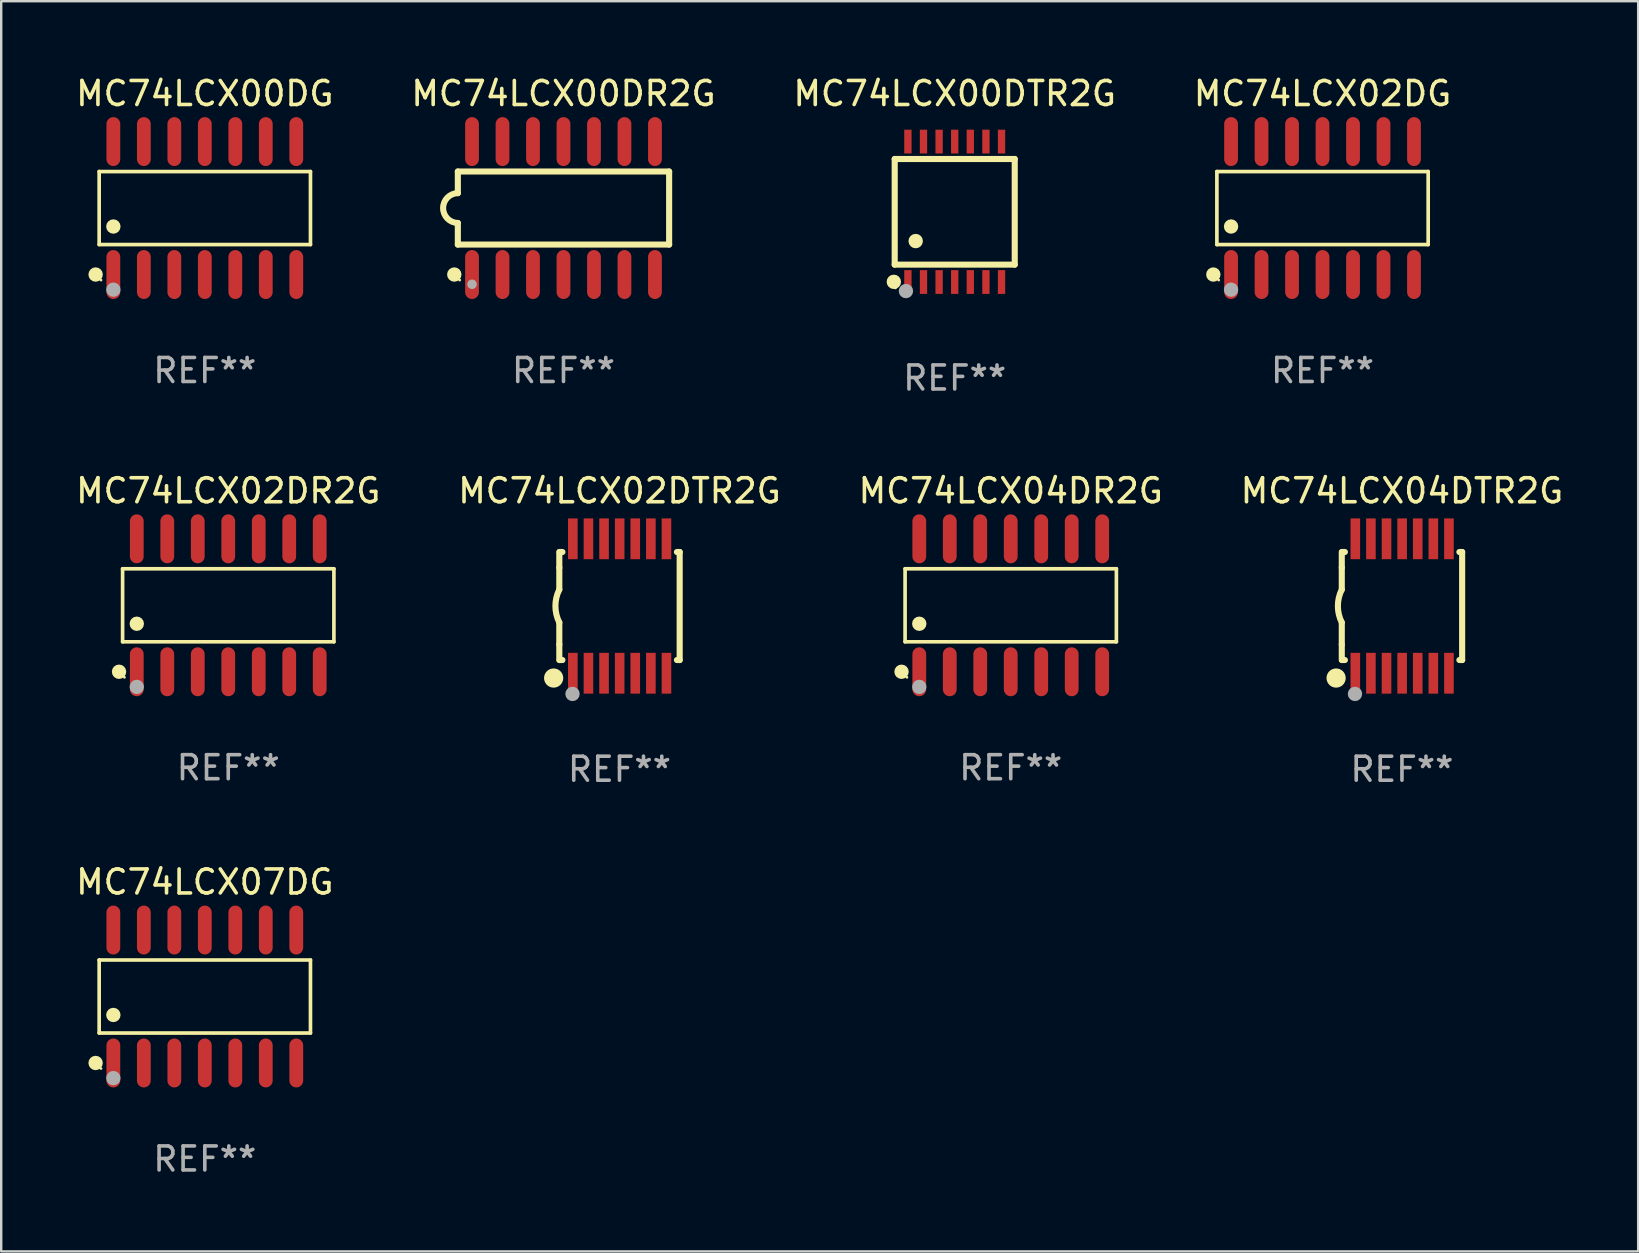
<source format=kicad_pcb>
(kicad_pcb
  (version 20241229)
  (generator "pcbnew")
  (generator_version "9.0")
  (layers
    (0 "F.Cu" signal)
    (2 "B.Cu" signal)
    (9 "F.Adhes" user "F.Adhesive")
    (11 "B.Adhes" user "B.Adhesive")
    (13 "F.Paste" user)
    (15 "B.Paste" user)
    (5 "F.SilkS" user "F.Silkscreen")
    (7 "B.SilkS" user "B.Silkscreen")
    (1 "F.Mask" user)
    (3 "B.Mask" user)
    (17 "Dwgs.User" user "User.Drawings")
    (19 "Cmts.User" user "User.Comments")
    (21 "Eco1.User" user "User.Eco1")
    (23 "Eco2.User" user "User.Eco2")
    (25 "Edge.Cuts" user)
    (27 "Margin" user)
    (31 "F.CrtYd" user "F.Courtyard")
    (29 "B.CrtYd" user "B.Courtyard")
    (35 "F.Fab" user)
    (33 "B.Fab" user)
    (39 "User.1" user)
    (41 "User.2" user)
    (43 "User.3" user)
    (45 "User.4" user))
  (footprint "MC74LCX00DG"
    (layer "F.Cu")
    (at 5.482 5.617)
    (property "Reference" "MC74LCX00DG" (at 0 -4.769 0) (layer "F.SilkS") (effects (font (size 1 1) (thickness 0.15))))
    (attr through_hole)
    (fp_line (start -4.401 -1.521) (end 4.401 -1.521) (stroke (width 0.152) (type solid)) (layer "F.SilkS"))
    (fp_line (start -4.401 1.521) (end -4.401 -1.521) (stroke (width 0.152) (type solid)) (layer "F.SilkS"))
    (fp_line (start 4.401 -1.521) (end 4.401 1.521) (stroke (width 0.152) (type solid)) (layer "F.SilkS"))
    (fp_line (start 4.401 1.521) (end -4.401 1.521) (stroke (width 0.152) (type solid)) (layer "F.SilkS"))
    (fp_circle (center -4.549 2.769) (end -4.399 2.769) (stroke (width 0.3) (type solid)) (fill no) (layer "F.SilkS"))
    (fp_circle (center -4.325 3) (end -4.295 3) (stroke (width 0.06) (type solid)) (fill no) (layer "F.SilkS"))
    (fp_circle (center -3.81 0.769) (end -3.66 0.769) (stroke (width 0.3) (type solid)) (fill no) (layer "F.SilkS"))
    (fp_circle (center -3.81 3.4) (end -3.66 3.4) (stroke (width 0.3) (type solid)) (fill no) (layer "F.Fab"))
    (fp_text user "REF**" (at 0 6.769 0) (layer "F.Fab") (effects (font (size 1 1) (thickness 0.15))))
    (pad "1" smd oval (at -3.81 2.769) (size 0.574 2.038) (layers "F.Cu" "F.Mask" "F.Paste"))
    (pad "2" smd oval (at -2.54 2.769) (size 0.574 2.038) (layers "F.Cu" "F.Mask" "F.Paste"))
    (pad "3" smd oval (at -1.27 2.769) (size 0.574 2.038) (layers "F.Cu" "F.Mask" "F.Paste"))
    (pad "4" smd oval (at 0 2.769) (size 0.574 2.038) (layers "F.Cu" "F.Mask" "F.Paste"))
    (pad "5" smd oval (at 1.27 2.769) (size 0.574 2.038) (layers "F.Cu" "F.Mask" "F.Paste"))
    (pad "6" smd oval (at 2.54 2.769) (size 0.574 2.038) (layers "F.Cu" "F.Mask" "F.Paste"))
    (pad "7" smd oval (at 3.81 2.769) (size 0.574 2.038) (layers "F.Cu" "F.Mask" "F.Paste"))
    (pad "8" smd oval (at 3.81 -2.769) (size 0.574 2.038) (layers "F.Cu" "F.Mask" "F.Paste"))
    (pad "9" smd oval (at 2.54 -2.769) (size 0.574 2.038) (layers "F.Cu" "F.Mask" "F.Paste"))
    (pad "10" smd oval (at 1.27 -2.769) (size 0.574 2.038) (layers "F.Cu" "F.Mask" "F.Paste"))
    (pad "11" smd oval (at 0 -2.769) (size 0.574 2.038) (layers "F.Cu" "F.Mask" "F.Paste"))
    (pad "12" smd oval (at -1.27 -2.769) (size 0.574 2.038) (layers "F.Cu" "F.Mask" "F.Paste"))
    (pad "13" smd oval (at -2.54 -2.769) (size 0.574 2.038) (layers "F.Cu" "F.Mask" "F.Paste"))
    (pad "14" smd oval (at -3.81 -2.769) (size 0.574 2.038) (layers "F.Cu" "F.Mask" "F.Paste")))
  (footprint "MC74LCX07DG"
    (layer "F.Cu")
    (at 5.482 38.461)
    (property "Reference" "MC74LCX07DG" (at 0 -4.769 0) (layer "F.SilkS") (effects (font (size 1 1) (thickness 0.15))))
    (attr through_hole)
    (fp_line (start -4.401 -1.521) (end 4.401 -1.521) (stroke (width 0.152) (type solid)) (layer "F.SilkS"))
    (fp_line (start -4.401 1.521) (end -4.401 -1.521) (stroke (width 0.152) (type solid)) (layer "F.SilkS"))
    (fp_line (start 4.401 -1.521) (end 4.401 1.521) (stroke (width 0.152) (type solid)) (layer "F.SilkS"))
    (fp_line (start 4.401 1.521) (end -4.401 1.521) (stroke (width 0.152) (type solid)) (layer "F.SilkS"))
    (fp_circle (center -4.549 2.769) (end -4.399 2.769) (stroke (width 0.3) (type solid)) (fill no) (layer "F.SilkS"))
    (fp_circle (center -4.325 3) (end -4.295 3) (stroke (width 0.06) (type solid)) (fill no) (layer "F.SilkS"))
    (fp_circle (center -3.81 0.769) (end -3.66 0.769) (stroke (width 0.3) (type solid)) (fill no) (layer "F.SilkS"))
    (fp_circle (center -3.81 3.4) (end -3.66 3.4) (stroke (width 0.3) (type solid)) (fill no) (layer "F.Fab"))
    (fp_text user "REF**" (at 0 6.769 0) (layer "F.Fab") (effects (font (size 1 1) (thickness 0.15))))
    (pad "1" smd oval (at -3.81 2.769) (size 0.574 2.038) (layers "F.Cu" "F.Mask" "F.Paste"))
    (pad "2" smd oval (at -2.54 2.769) (size 0.574 2.038) (layers "F.Cu" "F.Mask" "F.Paste"))
    (pad "3" smd oval (at -1.27 2.769) (size 0.574 2.038) (layers "F.Cu" "F.Mask" "F.Paste"))
    (pad "4" smd oval (at 0 2.769) (size 0.574 2.038) (layers "F.Cu" "F.Mask" "F.Paste"))
    (pad "5" smd oval (at 1.27 2.769) (size 0.574 2.038) (layers "F.Cu" "F.Mask" "F.Paste"))
    (pad "6" smd oval (at 2.54 2.769) (size 0.574 2.038) (layers "F.Cu" "F.Mask" "F.Paste"))
    (pad "7" smd oval (at 3.81 2.769) (size 0.574 2.038) (layers "F.Cu" "F.Mask" "F.Paste"))
    (pad "8" smd oval (at 3.81 -2.769) (size 0.574 2.038) (layers "F.Cu" "F.Mask" "F.Paste"))
    (pad "9" smd oval (at 2.54 -2.769) (size 0.574 2.038) (layers "F.Cu" "F.Mask" "F.Paste"))
    (pad "10" smd oval (at 1.27 -2.769) (size 0.574 2.038) (layers "F.Cu" "F.Mask" "F.Paste"))
    (pad "11" smd oval (at 0 -2.769) (size 0.574 2.038) (layers "F.Cu" "F.Mask" "F.Paste"))
    (pad "12" smd oval (at -1.27 -2.769) (size 0.574 2.038) (layers "F.Cu" "F.Mask" "F.Paste"))
    (pad "13" smd oval (at -2.54 -2.769) (size 0.574 2.038) (layers "F.Cu" "F.Mask" "F.Paste"))
    (pad "14" smd oval (at -3.81 -2.769) (size 0.574 2.038) (layers "F.Cu" "F.Mask" "F.Paste")))
  (footprint "MC74LCX04DR2G"
    (layer "F.Cu")
    (at 39.054 22.164)
    (property "Reference" "MC74LCX04DR2G" (at 0 -4.769 0) (layer "F.SilkS") (effects (font (size 1 1) (thickness 0.15))))
    (attr through_hole)
    (fp_line (start -4.401 -1.521) (end 4.401 -1.521) (stroke (width 0.152) (type solid)) (layer "F.SilkS"))
    (fp_line (start -4.401 1.521) (end -4.401 -1.521) (stroke (width 0.152) (type solid)) (layer "F.SilkS"))
    (fp_line (start 4.401 -1.521) (end 4.401 1.521) (stroke (width 0.152) (type solid)) (layer "F.SilkS"))
    (fp_line (start 4.401 1.521) (end -4.401 1.521) (stroke (width 0.152) (type solid)) (layer "F.SilkS"))
    (fp_circle (center -4.549 2.769) (end -4.399 2.769) (stroke (width 0.3) (type solid)) (fill no) (layer "F.SilkS"))
    (fp_circle (center -4.325 3) (end -4.295 3) (stroke (width 0.06) (type solid)) (fill no) (layer "F.SilkS"))
    (fp_circle (center -3.81 0.769) (end -3.66 0.769) (stroke (width 0.3) (type solid)) (fill no) (layer "F.SilkS"))
    (fp_circle (center -3.81 3.4) (end -3.66 3.4) (stroke (width 0.3) (type solid)) (fill no) (layer "F.Fab"))
    (fp_text user "REF**" (at 0 6.769 0) (layer "F.Fab") (effects (font (size 1 1) (thickness 0.15))))
    (pad "1" smd oval (at -3.81 2.769) (size 0.574 2.038) (layers "F.Cu" "F.Mask" "F.Paste"))
    (pad "2" smd oval (at -2.54 2.769) (size 0.574 2.038) (layers "F.Cu" "F.Mask" "F.Paste"))
    (pad "3" smd oval (at -1.27 2.769) (size 0.574 2.038) (layers "F.Cu" "F.Mask" "F.Paste"))
    (pad "4" smd oval (at 0 2.769) (size 0.574 2.038) (layers "F.Cu" "F.Mask" "F.Paste"))
    (pad "5" smd oval (at 1.27 2.769) (size 0.574 2.038) (layers "F.Cu" "F.Mask" "F.Paste"))
    (pad "6" smd oval (at 2.54 2.769) (size 0.574 2.038) (layers "F.Cu" "F.Mask" "F.Paste"))
    (pad "7" smd oval (at 3.81 2.769) (size 0.574 2.038) (layers "F.Cu" "F.Mask" "F.Paste"))
    (pad "8" smd oval (at 3.81 -2.769) (size 0.574 2.038) (layers "F.Cu" "F.Mask" "F.Paste"))
    (pad "9" smd oval (at 2.54 -2.769) (size 0.574 2.038) (layers "F.Cu" "F.Mask" "F.Paste"))
    (pad "10" smd oval (at 1.27 -2.769) (size 0.574 2.038) (layers "F.Cu" "F.Mask" "F.Paste"))
    (pad "11" smd oval (at 0 -2.769) (size 0.574 2.038) (layers "F.Cu" "F.Mask" "F.Paste"))
    (pad "12" smd oval (at -1.27 -2.769) (size 0.574 2.038) (layers "F.Cu" "F.Mask" "F.Paste"))
    (pad "13" smd oval (at -2.54 -2.769) (size 0.574 2.038) (layers "F.Cu" "F.Mask" "F.Paste"))
    (pad "14" smd oval (at -3.81 -2.769) (size 0.574 2.038) (layers "F.Cu" "F.Mask" "F.Paste")))
  (footprint "MC74LCX00DTR2G"
    (layer "F.Cu")
    (at 36.72 5.773)
    (property "Reference" "MC74LCX00DTR2G" (at 0 -4.925 0) (layer "F.SilkS") (effects (font (size 1 1) (thickness 0.15))))
    (attr through_hole)
    (fp_line (start -2.5 2.2) (end -2.5 -2.2) (stroke (width 0.254) (type solid)) (layer "F.SilkS"))
    (fp_line (start -2.5 2.2) (end 2.5 2.2) (stroke (width 0.254) (type solid)) (layer "F.SilkS"))
    (fp_line (start 2.5 -2.2) (end -2.5 -2.2) (stroke (width 0.254) (type solid)) (layer "F.SilkS"))
    (fp_line (start 2.5 -2.2) (end 2.5 2.2) (stroke (width 0.254) (type solid)) (layer "F.SilkS"))
    (fp_circle (center -2.536 2.917) (end -2.386 2.917) (stroke (width 0.3) (type solid)) (fill no) (layer "F.SilkS"))
    (fp_circle (center -2.47 3.17) (end -2.44 3.17) (stroke (width 0.06) (type solid)) (fill no) (layer "F.SilkS"))
    (fp_circle (center -1.626 1.219) (end -1.475 1.219) (stroke (width 0.3) (type solid)) (fill no) (layer "F.SilkS"))
    (fp_circle (center -2.032 3.302) (end -1.882 3.302) (stroke (width 0.3) (type solid)) (fill no) (layer "F.Fab"))
    (fp_text user "REF**" (at 0 6.925 0) (layer "F.Fab") (effects (font (size 1 1) (thickness 0.15))))
    (pad "1" smd rect (at -1.95 2.925) (size 0.305 0.991) (layers "F.Cu" "F.Mask" "F.Paste"))
    (pad "2" smd rect (at -1.3 2.925) (size 0.305 0.991) (layers "F.Cu" "F.Mask" "F.Paste"))
    (pad "3" smd rect (at -0.65 2.925) (size 0.305 0.991) (layers "F.Cu" "F.Mask" "F.Paste"))
    (pad "4" smd rect (at 0 2.925) (size 0.305 0.991) (layers "F.Cu" "F.Mask" "F.Paste"))
    (pad "5" smd rect (at 0.65 2.925) (size 0.305 0.991) (layers "F.Cu" "F.Mask" "F.Paste"))
    (pad "6" smd rect (at 1.3 2.925) (size 0.305 0.991) (layers "F.Cu" "F.Mask" "F.Paste"))
    (pad "7" smd rect (at 1.95 2.925) (size 0.305 0.991) (layers "F.Cu" "F.Mask" "F.Paste"))
    (pad "8" smd rect (at 1.95 -2.925) (size 0.305 0.991) (layers "F.Cu" "F.Mask" "F.Paste"))
    (pad "9" smd rect (at 1.3 -2.925) (size 0.305 0.991) (layers "F.Cu" "F.Mask" "F.Paste"))
    (pad "10" smd rect (at 0.65 -2.925) (size 0.305 0.991) (layers "F.Cu" "F.Mask" "F.Paste"))
    (pad "11" smd rect (at 0 -2.925) (size 0.305 0.991) (layers "F.Cu" "F.Mask" "F.Paste"))
    (pad "12" smd rect (at -0.65 -2.925) (size 0.305 0.991) (layers "F.Cu" "F.Mask" "F.Paste"))
    (pad "13" smd rect (at -1.3 -2.925) (size 0.305 0.991) (layers "F.Cu" "F.Mask" "F.Paste"))
    (pad "14" smd rect (at -1.95 -2.925) (size 0.305 0.991) (layers "F.Cu" "F.Mask" "F.Paste")))
  (footprint "MC74LCX02DR2G"
    (layer "F.Cu")
    (at 6.458 22.164)
    (property "Reference" "MC74LCX02DR2G" (at 0 -4.769 0) (layer "F.SilkS") (effects (font (size 1 1) (thickness 0.15))))
    (attr through_hole)
    (fp_line (start -4.401 -1.521) (end 4.401 -1.521) (stroke (width 0.152) (type solid)) (layer "F.SilkS"))
    (fp_line (start -4.401 1.521) (end -4.401 -1.521) (stroke (width 0.152) (type solid)) (layer "F.SilkS"))
    (fp_line (start 4.401 -1.521) (end 4.401 1.521) (stroke (width 0.152) (type solid)) (layer "F.SilkS"))
    (fp_line (start 4.401 1.521) (end -4.401 1.521) (stroke (width 0.152) (type solid)) (layer "F.SilkS"))
    (fp_circle (center -4.549 2.769) (end -4.399 2.769) (stroke (width 0.3) (type solid)) (fill no) (layer "F.SilkS"))
    (fp_circle (center -4.325 3) (end -4.295 3) (stroke (width 0.06) (type solid)) (fill no) (layer "F.SilkS"))
    (fp_circle (center -3.81 0.769) (end -3.66 0.769) (stroke (width 0.3) (type solid)) (fill no) (layer "F.SilkS"))
    (fp_circle (center -3.81 3.4) (end -3.66 3.4) (stroke (width 0.3) (type solid)) (fill no) (layer "F.Fab"))
    (fp_text user "REF**" (at 0 6.769 0) (layer "F.Fab") (effects (font (size 1 1) (thickness 0.15))))
    (pad "1" smd oval (at -3.81 2.769) (size 0.574 2.038) (layers "F.Cu" "F.Mask" "F.Paste"))
    (pad "2" smd oval (at -2.54 2.769) (size 0.574 2.038) (layers "F.Cu" "F.Mask" "F.Paste"))
    (pad "3" smd oval (at -1.27 2.769) (size 0.574 2.038) (layers "F.Cu" "F.Mask" "F.Paste"))
    (pad "4" smd oval (at 0 2.769) (size 0.574 2.038) (layers "F.Cu" "F.Mask" "F.Paste"))
    (pad "5" smd oval (at 1.27 2.769) (size 0.574 2.038) (layers "F.Cu" "F.Mask" "F.Paste"))
    (pad "6" smd oval (at 2.54 2.769) (size 0.574 2.038) (layers "F.Cu" "F.Mask" "F.Paste"))
    (pad "7" smd oval (at 3.81 2.769) (size 0.574 2.038) (layers "F.Cu" "F.Mask" "F.Paste"))
    (pad "8" smd oval (at 3.81 -2.769) (size 0.574 2.038) (layers "F.Cu" "F.Mask" "F.Paste"))
    (pad "9" smd oval (at 2.54 -2.769) (size 0.574 2.038) (layers "F.Cu" "F.Mask" "F.Paste"))
    (pad "10" smd oval (at 1.27 -2.769) (size 0.574 2.038) (layers "F.Cu" "F.Mask" "F.Paste"))
    (pad "11" smd oval (at 0 -2.769) (size 0.574 2.038) (layers "F.Cu" "F.Mask" "F.Paste"))
    (pad "12" smd oval (at -1.27 -2.769) (size 0.574 2.038) (layers "F.Cu" "F.Mask" "F.Paste"))
    (pad "13" smd oval (at -2.54 -2.769) (size 0.574 2.038) (layers "F.Cu" "F.Mask" "F.Paste"))
    (pad "14" smd oval (at -3.81 -2.769) (size 0.574 2.038) (layers "F.Cu" "F.Mask" "F.Paste")))
  (footprint "MC74LCX04DTR2G"
    (layer "F.Cu")
    (at 55.351 22.195)
    (property "Reference" "MC74LCX04DTR2G" (at 0 -4.8 0) (layer "F.SilkS") (effects (font (size 1 1) (thickness 0.15))))
    (attr through_hole)
    (fp_line (start -2.507 -1.6) (end -2.507 -2.25) (stroke (width 0.254) (type solid)) (layer "F.SilkS"))
    (fp_line (start -2.507 -0.686) (end -2.507 -1.6) (stroke (width 0.254) (type solid)) (layer "F.SilkS"))
    (fp_line (start -2.507 1.6) (end -2.507 0.686) (stroke (width 0.254) (type solid)) (layer "F.SilkS"))
    (fp_line (start -2.507 1.6) (end -2.507 2.25) (stroke (width 0.254) (type solid)) (layer "F.SilkS"))
    (fp_line (start -2.493 -2.25) (end -2.377 -2.25) (stroke (width 0.254) (type solid)) (layer "F.SilkS"))
    (fp_line (start -2.377 2.25) (end -2.493 2.25) (stroke (width 0.254) (type solid)) (layer "F.SilkS"))
    (fp_line (start 2.392 -2.25) (end 2.507 -2.25) (stroke (width 0.254) (type solid)) (layer "F.SilkS"))
    (fp_line (start 2.507 -2.25) (end 2.507 2.25) (stroke (width 0.254) (type solid)) (layer "F.SilkS"))
    (fp_line (start 2.507 2.25) (end 2.392 2.25) (stroke (width 0.254) (type solid)) (layer "F.SilkS"))
    (fp_arc (start -2.507303 0.685802) (mid -2.669199 0) (end -2.507303 -0.685801) (stroke (width 0.254001) (type solid)) (layer "F.SilkS"))
    (fp_circle (center -2.743 3) (end -2.543 3) (stroke (width 0.4) (type solid)) (fill no) (layer "F.SilkS"))
    (fp_circle (center -2.493 3.2) (end -2.463 3.2) (stroke (width 0.06) (type solid)) (fill no) (layer "F.SilkS"))
    (fp_circle (center -1.957 3.662) (end -1.807 3.662) (stroke (width 0.3) (type solid)) (fill no) (layer "F.Fab"))
    (fp_text user "REF**" (at 0 6.8 0) (layer "F.Fab") (effects (font (size 1 1) (thickness 0.15))))
    (pad "1" smd rect (at -1.943 2.8) (size 0.4 1.7) (layers "F.Cu" "F.Mask" "F.Paste"))
    (pad "2" smd rect (at -1.293 2.8) (size 0.4 1.7) (layers "F.Cu" "F.Mask" "F.Paste"))
    (pad "3" smd rect (at -0.643 2.8) (size 0.4 1.7) (layers "F.Cu" "F.Mask" "F.Paste"))
    (pad "4" smd rect (at 0.007 2.8) (size 0.4 1.7) (layers "F.Cu" "F.Mask" "F.Paste"))
    (pad "5" smd rect (at 0.657 2.8) (size 0.4 1.7) (layers "F.Cu" "F.Mask" "F.Paste"))
    (pad "6" smd rect (at 1.307 2.8) (size 0.4 1.7) (layers "F.Cu" "F.Mask" "F.Paste"))
    (pad "7" smd rect (at 1.957 2.8) (size 0.4 1.7) (layers "F.Cu" "F.Mask" "F.Paste"))
    (pad "8" smd rect (at 1.957 -2.8) (size 0.4 1.7) (layers "F.Cu" "F.Mask" "F.Paste"))
    (pad "9" smd rect (at 1.307 -2.8) (size 0.4 1.7) (layers "F.Cu" "F.Mask" "F.Paste"))
    (pad "10" smd rect (at 0.657 -2.8) (size 0.4 1.7) (layers "F.Cu" "F.Mask" "F.Paste"))
    (pad "11" smd rect (at 0.007 -2.8) (size 0.4 1.7) (layers "F.Cu" "F.Mask" "F.Paste"))
    (pad "12" smd rect (at -0.643 -2.8) (size 0.4 1.7) (layers "F.Cu" "F.Mask" "F.Paste"))
    (pad "13" smd rect (at -1.293 -2.8) (size 0.4 1.7) (layers "F.Cu" "F.Mask" "F.Paste"))
    (pad "14" smd rect (at -1.943 -2.8) (size 0.4 1.7) (layers "F.Cu" "F.Mask" "F.Paste")))
  (footprint "MC74LCX02DG"
    (layer "F.Cu")
    (at 52.042 5.617)
    (property "Reference" "MC74LCX02DG" (at 0 -4.769 0) (layer "F.SilkS") (effects (font (size 1 1) (thickness 0.15))))
    (attr through_hole)
    (fp_line (start -4.401 -1.521) (end 4.401 -1.521) (stroke (width 0.152) (type solid)) (layer "F.SilkS"))
    (fp_line (start -4.401 1.521) (end -4.401 -1.521) (stroke (width 0.152) (type solid)) (layer "F.SilkS"))
    (fp_line (start 4.401 -1.521) (end 4.401 1.521) (stroke (width 0.152) (type solid)) (layer "F.SilkS"))
    (fp_line (start 4.401 1.521) (end -4.401 1.521) (stroke (width 0.152) (type solid)) (layer "F.SilkS"))
    (fp_circle (center -4.549 2.769) (end -4.399 2.769) (stroke (width 0.3) (type solid)) (fill no) (layer "F.SilkS"))
    (fp_circle (center -4.325 3) (end -4.295 3) (stroke (width 0.06) (type solid)) (fill no) (layer "F.SilkS"))
    (fp_circle (center -3.81 0.769) (end -3.66 0.769) (stroke (width 0.3) (type solid)) (fill no) (layer "F.SilkS"))
    (fp_circle (center -3.81 3.4) (end -3.66 3.4) (stroke (width 0.3) (type solid)) (fill no) (layer "F.Fab"))
    (fp_text user "REF**" (at 0 6.769 0) (layer "F.Fab") (effects (font (size 1 1) (thickness 0.15))))
    (pad "1" smd oval (at -3.81 2.769) (size 0.574 2.038) (layers "F.Cu" "F.Mask" "F.Paste"))
    (pad "2" smd oval (at -2.54 2.769) (size 0.574 2.038) (layers "F.Cu" "F.Mask" "F.Paste"))
    (pad "3" smd oval (at -1.27 2.769) (size 0.574 2.038) (layers "F.Cu" "F.Mask" "F.Paste"))
    (pad "4" smd oval (at 0 2.769) (size 0.574 2.038) (layers "F.Cu" "F.Mask" "F.Paste"))
    (pad "5" smd oval (at 1.27 2.769) (size 0.574 2.038) (layers "F.Cu" "F.Mask" "F.Paste"))
    (pad "6" smd oval (at 2.54 2.769) (size 0.574 2.038) (layers "F.Cu" "F.Mask" "F.Paste"))
    (pad "7" smd oval (at 3.81 2.769) (size 0.574 2.038) (layers "F.Cu" "F.Mask" "F.Paste"))
    (pad "8" smd oval (at 3.81 -2.769) (size 0.574 2.038) (layers "F.Cu" "F.Mask" "F.Paste"))
    (pad "9" smd oval (at 2.54 -2.769) (size 0.574 2.038) (layers "F.Cu" "F.Mask" "F.Paste"))
    (pad "10" smd oval (at 1.27 -2.769) (size 0.574 2.038) (layers "F.Cu" "F.Mask" "F.Paste"))
    (pad "11" smd oval (at 0 -2.769) (size 0.574 2.038) (layers "F.Cu" "F.Mask" "F.Paste"))
    (pad "12" smd oval (at -1.27 -2.769) (size 0.574 2.038) (layers "F.Cu" "F.Mask" "F.Paste"))
    (pad "13" smd oval (at -2.54 -2.769) (size 0.574 2.038) (layers "F.Cu" "F.Mask" "F.Paste"))
    (pad "14" smd oval (at -3.81 -2.769) (size 0.574 2.038) (layers "F.Cu" "F.Mask" "F.Paste")))
  (footprint "MC74LCX00DR2G"
    (layer "F.Cu")
    (at 20.423 5.617)
    (property "Reference" "MC74LCX00DR2G" (at 0 -4.769 0) (layer "F.SilkS") (effects (font (size 1 1) (thickness 0.15))))
    (attr through_hole)
    (fp_line (start -4.401 -1.522) (end -4.401 -0.622) (stroke (width 0.254) (type solid)) (layer "F.SilkS"))
    (fp_line (start -4.401 -1.522) (end 4.401 -1.522) (stroke (width 0.254) (type solid)) (layer "F.SilkS"))
    (fp_line (start -4.401 1.521) (end -4.401 0.621) (stroke (width 0.254) (type solid)) (layer "F.SilkS"))
    (fp_line (start 4.401 -1.522) (end 4.401 1.521) (stroke (width 0.254) (type solid)) (layer "F.SilkS"))
    (fp_line (start 4.401 1.521) (end -4.401 1.521) (stroke (width 0.254) (type solid)) (layer "F.SilkS"))
    (fp_arc (start -4.401219 0.621311) (mid -5.021261 -0.000419) (end -4.400101 -0.621032) (stroke (width 0.254001) (type solid)) (layer "F.SilkS"))
    (fp_circle (center -4.549 2.769) (end -4.399 2.769) (stroke (width 0.3) (type solid)) (fill no) (layer "F.SilkS"))
    (fp_circle (center -4.325 3) (end -4.295 3) (stroke (width 0.06) (type solid)) (fill no) (layer "F.SilkS"))
    (fp_circle (center -3.81 3.175) (end -3.71 3.175) (stroke (width 0.2) (type solid)) (fill no) (layer "F.Fab"))
    (fp_text user "REF**" (at 0 6.769 0) (layer "F.Fab") (effects (font (size 1 1) (thickness 0.15))))
    (pad "1" smd oval (at -3.81 2.769) (size 0.574 2.038) (layers "F.Cu" "F.Mask" "F.Paste"))
    (pad "2" smd oval (at -2.54 2.769) (size 0.574 2.038) (layers "F.Cu" "F.Mask" "F.Paste"))
    (pad "3" smd oval (at -1.27 2.769) (size 0.574 2.038) (layers "F.Cu" "F.Mask" "F.Paste"))
    (pad "4" smd oval (at -0.000051 2.769) (size 0.574 2.038) (layers "F.Cu" "F.Mask" "F.Paste"))
    (pad "5" smd oval (at 1.27 2.769) (size 0.574 2.038) (layers "F.Cu" "F.Mask" "F.Paste"))
    (pad "6" smd oval (at 2.54 2.769) (size 0.574 2.038) (layers "F.Cu" "F.Mask" "F.Paste"))
    (pad "7" smd oval (at 3.81 2.769) (size 0.574 2.038) (layers "F.Cu" "F.Mask" "F.Paste"))
    (pad "8" smd oval (at 3.81 -2.769) (size 0.574 2.038) (layers "F.Cu" "F.Mask" "F.Paste"))
    (pad "9" smd oval (at 2.54 -2.769) (size 0.574 2.038) (layers "F.Cu" "F.Mask" "F.Paste"))
    (pad "10" smd oval (at 1.27 -2.769) (size 0.574 2.038) (layers "F.Cu" "F.Mask" "F.Paste"))
    (pad "11" smd oval (at -0.000051 -2.769) (size 0.574 2.038) (layers "F.Cu" "F.Mask" "F.Paste"))
    (pad "12" smd oval (at -1.27 -2.769) (size 0.574 2.038) (layers "F.Cu" "F.Mask" "F.Paste"))
    (pad "13" smd oval (at -2.54 -2.769) (size 0.574 2.038) (layers "F.Cu" "F.Mask" "F.Paste"))
    (pad "14" smd oval (at -3.81 -2.769) (size 0.574 2.038) (layers "F.Cu" "F.Mask" "F.Paste")))
  (footprint "MC74LCX02DTR2G"
    (layer "F.Cu")
    (at 22.756 22.195)
    (property "Reference" "MC74LCX02DTR2G" (at 0 -4.8 0) (layer "F.SilkS") (effects (font (size 1 1) (thickness 0.15))))
    (attr through_hole)
    (fp_line (start -2.507 -1.6) (end -2.507 -2.25) (stroke (width 0.254) (type solid)) (layer "F.SilkS"))
    (fp_line (start -2.507 -0.686) (end -2.507 -1.6) (stroke (width 0.254) (type solid)) (layer "F.SilkS"))
    (fp_line (start -2.507 1.6) (end -2.507 0.686) (stroke (width 0.254) (type solid)) (layer "F.SilkS"))
    (fp_line (start -2.507 1.6) (end -2.507 2.25) (stroke (width 0.254) (type solid)) (layer "F.SilkS"))
    (fp_line (start -2.493 -2.25) (end -2.377 -2.25) (stroke (width 0.254) (type solid)) (layer "F.SilkS"))
    (fp_line (start -2.377 2.25) (end -2.493 2.25) (stroke (width 0.254) (type solid)) (layer "F.SilkS"))
    (fp_line (start 2.392 -2.25) (end 2.507 -2.25) (stroke (width 0.254) (type solid)) (layer "F.SilkS"))
    (fp_line (start 2.507 -2.25) (end 2.507 2.25) (stroke (width 0.254) (type solid)) (layer "F.SilkS"))
    (fp_line (start 2.507 2.25) (end 2.392 2.25) (stroke (width 0.254) (type solid)) (layer "F.SilkS"))
    (fp_arc (start -2.507303 0.685802) (mid -2.669199 0) (end -2.507303 -0.685801) (stroke (width 0.254001) (type solid)) (layer "F.SilkS"))
    (fp_circle (center -2.743 3) (end -2.543 3) (stroke (width 0.4) (type solid)) (fill no) (layer "F.SilkS"))
    (fp_circle (center -2.493 3.2) (end -2.463 3.2) (stroke (width 0.06) (type solid)) (fill no) (layer "F.SilkS"))
    (fp_circle (center -1.957 3.662) (end -1.807 3.662) (stroke (width 0.3) (type solid)) (fill no) (layer "F.Fab"))
    (fp_text user "REF**" (at 0 6.8 0) (layer "F.Fab") (effects (font (size 1 1) (thickness 0.15))))
    (pad "1" smd rect (at -1.943 2.8) (size 0.4 1.7) (layers "F.Cu" "F.Mask" "F.Paste"))
    (pad "2" smd rect (at -1.293 2.8) (size 0.4 1.7) (layers "F.Cu" "F.Mask" "F.Paste"))
    (pad "3" smd rect (at -0.643 2.8) (size 0.4 1.7) (layers "F.Cu" "F.Mask" "F.Paste"))
    (pad "4" smd rect (at 0.007 2.8) (size 0.4 1.7) (layers "F.Cu" "F.Mask" "F.Paste"))
    (pad "5" smd rect (at 0.657 2.8) (size 0.4 1.7) (layers "F.Cu" "F.Mask" "F.Paste"))
    (pad "6" smd rect (at 1.307 2.8) (size 0.4 1.7) (layers "F.Cu" "F.Mask" "F.Paste"))
    (pad "7" smd rect (at 1.957 2.8) (size 0.4 1.7) (layers "F.Cu" "F.Mask" "F.Paste"))
    (pad "8" smd rect (at 1.957 -2.8) (size 0.4 1.7) (layers "F.Cu" "F.Mask" "F.Paste"))
    (pad "9" smd rect (at 1.307 -2.8) (size 0.4 1.7) (layers "F.Cu" "F.Mask" "F.Paste"))
    (pad "10" smd rect (at 0.657 -2.8) (size 0.4 1.7) (layers "F.Cu" "F.Mask" "F.Paste"))
    (pad "11" smd rect (at 0.007 -2.8) (size 0.4 1.7) (layers "F.Cu" "F.Mask" "F.Paste"))
    (pad "12" smd rect (at -0.643 -2.8) (size 0.4 1.7) (layers "F.Cu" "F.Mask" "F.Paste"))
    (pad "13" smd rect (at -1.293 -2.8) (size 0.4 1.7) (layers "F.Cu" "F.Mask" "F.Paste"))
    (pad "14" smd rect (at -1.943 -2.8) (size 0.4 1.7) (layers "F.Cu" "F.Mask" "F.Paste")))
  (gr_rect
    (start -3 -3)
    (end 65.19 49.078)
    (stroke (width 0.1) (type default))
    (fill no)
    (layer "Edge.Cuts")))
</source>
